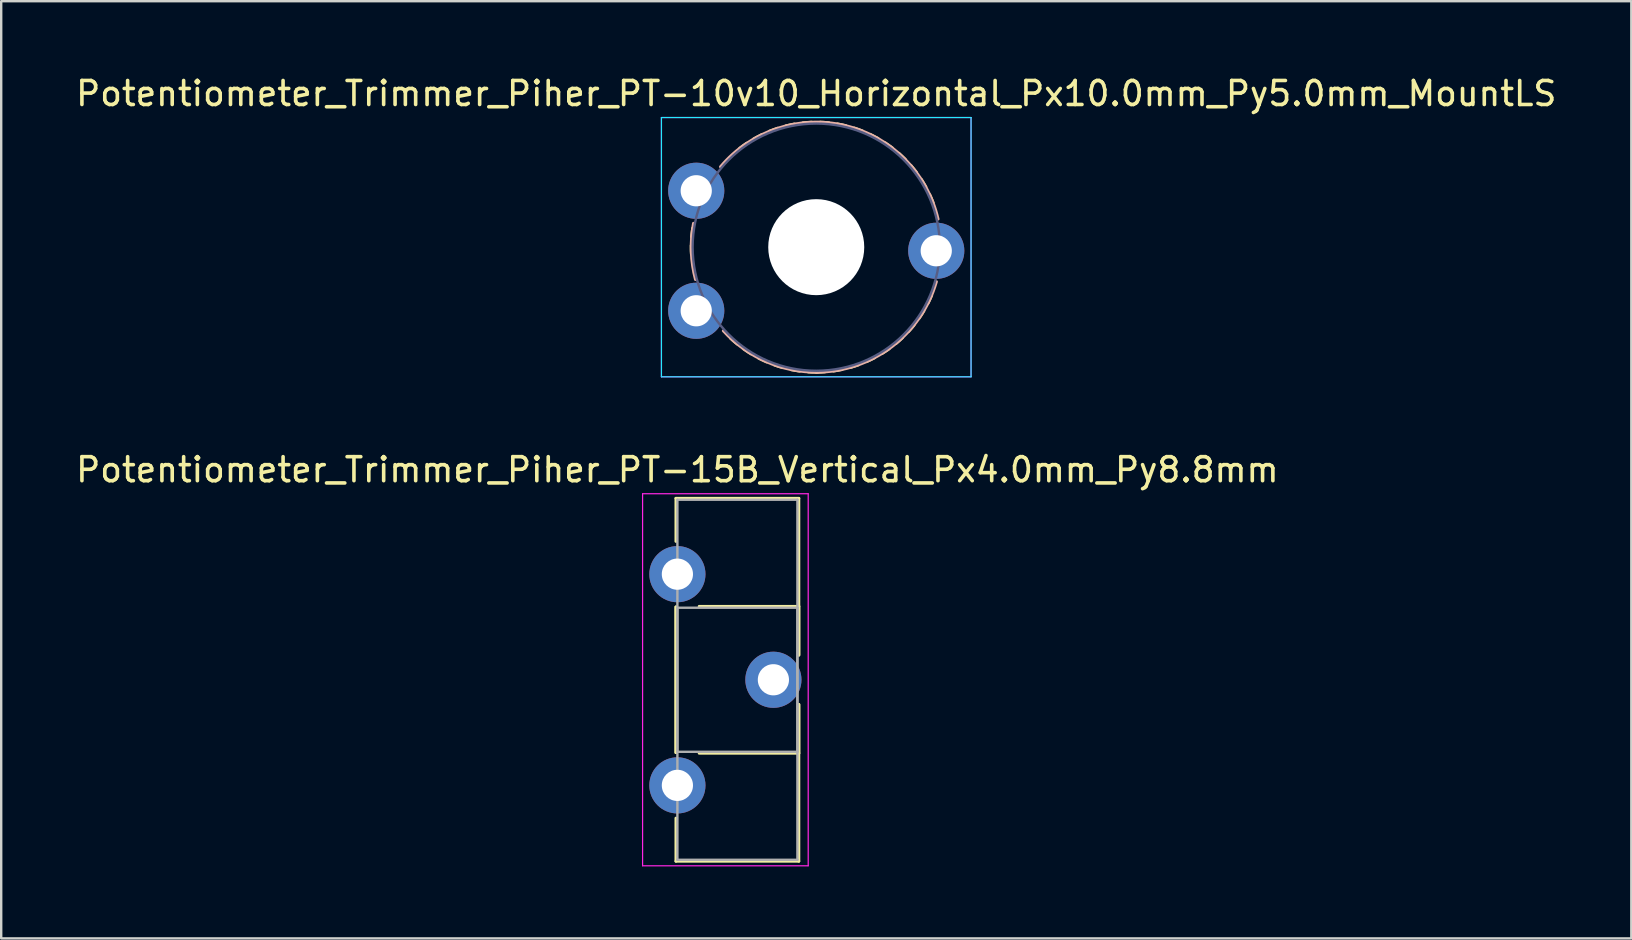
<source format=kicad_pcb>
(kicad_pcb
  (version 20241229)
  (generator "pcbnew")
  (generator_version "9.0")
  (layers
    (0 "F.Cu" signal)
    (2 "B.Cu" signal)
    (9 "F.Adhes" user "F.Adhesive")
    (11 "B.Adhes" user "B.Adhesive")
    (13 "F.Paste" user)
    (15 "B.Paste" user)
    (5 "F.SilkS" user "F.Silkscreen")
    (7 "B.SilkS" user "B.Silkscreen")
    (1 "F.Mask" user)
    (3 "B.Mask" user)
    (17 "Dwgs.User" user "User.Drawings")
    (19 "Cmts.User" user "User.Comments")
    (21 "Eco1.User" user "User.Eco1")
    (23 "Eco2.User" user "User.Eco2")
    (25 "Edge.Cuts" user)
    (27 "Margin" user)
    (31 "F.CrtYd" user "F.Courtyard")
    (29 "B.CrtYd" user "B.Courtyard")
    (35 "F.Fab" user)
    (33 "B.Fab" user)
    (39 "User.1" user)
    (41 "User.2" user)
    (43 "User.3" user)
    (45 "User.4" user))
  (footprint "Potentiometer_Trimmer_Piher_PT-10v10_Horizontal_Px10.0mm_Py5.0mm_MountLS"
    (layer "F.Cu")
    (at 25.958 9.898)
    (property "Reference" "Potentiometer_Trimmer_Piher_PT-10v10_Horizontal_Px10.0mm_Py5.0mm_MountLS" (at 5 -9.05 0) (layer "F.SilkS") (effects (font (size 1 1) (thickness 0.15))))
    (attr through_hole)
    (fp_arc (start -0.202261 -2.357396) (mid -0.209304 -2.53913) (end -0.21 -2.721) (stroke (width 0.12) (type solid)) (layer "F.SilkS"))
    (fp_arc (start -0.192423 -3.076835) (mid -0.174364 -3.257788) (end -0.15 -3.438) (stroke (width 0.12) (type solid)) (layer "F.SilkS"))
    (fp_arc (start 1.702355 1.383858) (mid 1.563584 1.266315) (end 1.429 1.144) (stroke (width 0.12) (type solid)) (layer "F.SilkS"))
    (fp_arc (start 1.807942 -6.768365) (mid 1.953615 -6.877257) (end 2.103 -6.981) (stroke (width 0.12) (type solid)) (layer "F.SilkS"))
    (fp_arc (start 2.28874 1.798965) (mid 2.135125 1.701633) (end 1.985 1.599) (stroke (width 0.12) (type solid)) (layer "F.SilkS"))
    (fp_arc (start 2.405519 -7.168024) (mid 2.564776 -7.255818) (end 2.727 -7.338) (stroke (width 0.12) (type solid)) (layer "F.SilkS"))
    (fp_arc (start 2.927403 2.130221) (mid 2.761838 2.054976) (end 2.599 1.974) (stroke (width 0.12) (type solid)) (layer "F.SilkS"))
    (fp_arc (start 3.053127 -7.482966) (mid 3.222981 -7.547967) (end 3.395 -7.607) (stroke (width 0.12) (type solid)) (layer "F.SilkS"))
    (fp_arc (start 3.605815 2.370483) (mid 3.431452 2.318768) (end 3.259 2.261) (stroke (width 0.12) (type solid)) (layer "F.SilkS"))
    (fp_arc (start 3.737289 -7.705232) (mid 3.914483 -7.74622) (end 4.093 -7.781) (stroke (width 0.12) (type solid)) (layer "F.SilkS"))
    (fp_arc (start 4.31059 2.514672) (mid 4.130765 2.487466) (end 3.952 2.454) (stroke (width 0.12) (type solid)) (layer "F.SilkS"))
    (fp_arc (start 4.445246 -7.830923) (mid 4.626395 -7.847128) (end 4.808 -7.857) (stroke (width 0.12) (type solid)) (layer "F.SilkS"))
    (fp_arc (start 5.02855 2.560701) (mid 4.846682 2.558523) (end 4.665 2.55) (stroke (width 0.12) (type solid)) (layer "F.SilkS"))
    (fp_arc (start 5.164099 -7.858134) (mid 5.34576 -7.849234) (end 5.527 -7.834) (stroke (width 0.12) (type solid)) (layer "F.SilkS"))
    (fp_arc (start 5.363431 2.547309) (mid 5.181826 2.556826) (end 5 2.56) (stroke (width 0.12) (type solid)) (layer "F.SilkS"))
    (fp_arc (start 5.879882 -7.785888) (mid 6.058586 -7.752052) (end 6.236 -7.712) (stroke (width 0.12) (type solid)) (layer "F.SilkS"))
    (fp_arc (start 6.076264 2.448343) (mid 5.897679 2.482798) (end 5.718 2.511) (stroke (width 0.12) (type solid)) (layer "F.SilkS"))
    (fp_arc (start 6.579488 -7.615275) (mid 6.751811 -7.557127) (end 6.922 -7.493) (stroke (width 0.12) (type solid)) (layer "F.SilkS"))
    (fp_arc (start 6.768225 2.251595) (mid 6.596085 2.310319) (end 6.422 2.363) (stroke (width 0.12) (type solid)) (layer "F.SilkS"))
    (fp_arc (start 7.248601 -7.350304) (mid 7.411269 -7.268966) (end 7.571 -7.182) (stroke (width 0.12) (type solid)) (layer "F.SilkS"))
    (fp_arc (start 7.426556 1.960964) (mid 7.264157 2.042841) (end 7.099 2.119) (stroke (width 0.12) (type solid)) (layer "F.SilkS"))
    (fp_arc (start 7.873835 -6.996055) (mid 8.023759 -6.893112) (end 8.17 -6.785) (stroke (width 0.12) (type solid)) (layer "F.SilkS"))
    (fp_arc (start 8.038705 1.583343) (mid 7.889112 1.686813) (end 7.736 1.785) (stroke (width 0.12) (type solid)) (layer "F.SilkS"))
    (fp_arc (start 8.445724 -6.558883) (mid 8.580043 -6.436248) (end 8.71 -6.309) (stroke (width 0.12) (type solid)) (layer "F.SilkS"))
    (fp_arc (start 8.592982 1.123558) (mid 8.459098 1.246652) (end 8.321 1.365) (stroke (width 0.12) (type solid)) (layer "F.SilkS"))
    (fp_arc (start 8.950671 -6.046859) (mid 9.066813 -5.906914) (end 9.178 -5.763) (stroke (width 0.12) (type solid)) (layer "F.SilkS"))
    (fp_arc (start 9.078184 0.593421) (mid 8.962506 0.733772) (end 8.842 0.87) (stroke (width 0.12) (type solid)) (layer "F.SilkS"))
    (fp_arc (start 9.380926 -5.470468) (mid 9.47669 -5.315858) (end 9.567 -5.158) (stroke (width 0.12) (type solid)) (layer "F.SilkS"))
    (fp_arc (start 9.48582 0.000542) (mid 9.390585 0.15548) (end 9.29 0.307) (stroke (width 0.12) (type solid)) (layer "F.SilkS"))
    (fp_arc (start 9.727811 -4.839128) (mid 9.80133 -4.672796) (end 9.869 -4.504) (stroke (width 0.12) (type solid)) (layer "F.SilkS"))
    (fp_arc (start 9.808746 -0.642551) (mid 9.735758 -0.475951) (end 9.657 -0.312) (stroke (width 0.12) (type solid)) (layer "F.SilkS"))
    (fp_arc (start -0.033072 -1.301133) (mid -0.207504 -2.467899) (end -0.115 -3.644) (stroke (width 0.12) (type solid)) (layer "B.SilkS"))
    (fp_arc (start 1.009383 -5.999947) (mid 6.217378 -7.716079) (end 10.077 -3.821) (stroke (width 0.12) (type solid)) (layer "B.SilkS"))
    (fp_arc (start 5.090657 2.559257) (mid 2.922251 2.127817) (end 1.128 0.836) (stroke (width 0.12) (type solid)) (layer "B.SilkS"))
    (fp_arc (start 10.008173 -1.213929) (mid 8.135456 1.510891) (end 5 2.56) (stroke (width 0.12) (type solid)) (layer "B.SilkS"))
    (fp_line (start -1.45 -8.05) (end -1.45 2.75) (stroke (width 0.05) (type solid)) (layer "B.CrtYd"))
    (fp_line (start -1.45 2.75) (end 11.45 2.75) (stroke (width 0.05) (type solid)) (layer "B.CrtYd"))
    (fp_line (start 11.45 -8.05) (end -1.45 -8.05) (stroke (width 0.05) (type solid)) (layer "B.CrtYd"))
    (fp_line (start 11.45 2.75) (end 11.45 -8.05) (stroke (width 0.05) (type solid)) (layer "B.CrtYd"))
    (fp_line (start -1.45 -8.05) (end -1.45 2.75) (stroke (width 0.05) (type solid)) (layer "F.CrtYd"))
    (fp_line (start -1.45 2.75) (end 11.45 2.75) (stroke (width 0.05) (type solid)) (layer "F.CrtYd"))
    (fp_line (start 11.45 -8.05) (end -1.45 -8.05) (stroke (width 0.05) (type solid)) (layer "F.CrtYd"))
    (fp_line (start 11.45 2.75) (end 11.45 -8.05) (stroke (width 0.05) (type solid)) (layer "F.CrtYd"))
    (fp_circle (center 5 -2.65) (end 6.5 -2.65) (stroke (width 0.1) (type solid)) (fill no) (layer "B.Fab"))
    (fp_circle (center 5 -2.65) (end 6.75 -2.65) (stroke (width 0.1) (type solid)) (fill no) (layer "B.Fab"))
    (fp_circle (center 5 -2.65) (end 10.15 -2.65) (stroke (width 0.1) (type solid)) (fill no) (layer "B.Fab"))
    (pad "" np_thru_hole circle (at 5 -2.65) (size 4 4) (drill 4) (layers "*.Cu" "*.Mask"))
    (pad "1" thru_hole circle (at 0 0) (size 2.34 2.34) (drill 1.3) (layers "*.Cu" "*.Mask"))
    (pad "2" thru_hole circle (at 10 -2.5) (size 2.34 2.34) (drill 1.3) (layers "*.Cu" "*.Mask"))
    (pad "3" thru_hole circle (at 0 -5) (size 2.34 2.34) (drill 1.3) (layers "*.Cu" "*.Mask")))
  (footprint "Potentiometer_Trimmer_Piher_PT-15B_Vertical_Px4.0mm_Py8.8mm"
    (layer "F.Cu")
    (at 25.173 20.872)
    (property "Reference" "Potentiometer_Trimmer_Piher_PT-15B_Vertical_Px4.0mm_Py8.8mm" (at 0 -4.35 0) (layer "F.SilkS") (effects (font (size 1 1) (thickness 0.15))))
    (attr through_hole)
    (fp_line (start -0.061 -3.16) (end -0.061 -1.365) (stroke (width 0.12) (type solid)) (layer "F.SilkS"))
    (fp_line (start -0.061 -3.16) (end 5.06 -3.16) (stroke (width 0.12) (type solid)) (layer "F.SilkS"))
    (fp_line (start -0.061 1.365) (end -0.061 7.435) (stroke (width 0.12) (type solid)) (layer "F.SilkS"))
    (fp_line (start -0.061 1.365) (end -0.061 7.435) (stroke (width 0.12) (type solid)) (layer "F.SilkS"))
    (fp_line (start -0.061 10.165) (end -0.061 11.96) (stroke (width 0.12) (type solid)) (layer "F.SilkS"))
    (fp_line (start -0.061 11.96) (end 5.06 11.96) (stroke (width 0.12) (type solid)) (layer "F.SilkS"))
    (fp_line (start 0.908 1.341) (end 5.06 1.341) (stroke (width 0.12) (type solid)) (layer "F.SilkS"))
    (fp_line (start 0.908 7.461) (end 5.06 7.461) (stroke (width 0.12) (type solid)) (layer "F.SilkS"))
    (fp_line (start 5.06 -3.16) (end 5.06 3.373) (stroke (width 0.12) (type solid)) (layer "F.SilkS"))
    (fp_line (start 5.06 1.341) (end 5.06 3.373) (stroke (width 0.12) (type solid)) (layer "F.SilkS"))
    (fp_line (start 5.06 5.428) (end 5.06 7.461) (stroke (width 0.12) (type solid)) (layer "F.SilkS"))
    (fp_line (start 5.06 5.428) (end 5.06 11.96) (stroke (width 0.12) (type solid)) (layer "F.SilkS"))
    (fp_line (start -1.45 -3.35) (end -1.45 12.15) (stroke (width 0.05) (type solid)) (layer "F.CrtYd"))
    (fp_line (start -1.45 12.15) (end 5.45 12.15) (stroke (width 0.05) (type solid)) (layer "F.CrtYd"))
    (fp_line (start 5.45 -3.35) (end -1.45 -3.35) (stroke (width 0.05) (type solid)) (layer "F.CrtYd"))
    (fp_line (start 5.45 12.15) (end 5.45 -3.35) (stroke (width 0.05) (type solid)) (layer "F.CrtYd"))
    (fp_line (start 0 -3.1) (end 5 -3.1) (stroke (width 0.1) (type solid)) (layer "F.Fab"))
    (fp_line (start 0 1.4) (end 0 7.4) (stroke (width 0.1) (type solid)) (layer "F.Fab"))
    (fp_line (start 0 7.4) (end 5 7.4) (stroke (width 0.1) (type solid)) (layer "F.Fab"))
    (fp_line (start 0 11.9) (end 0 -3.1) (stroke (width 0.1) (type solid)) (layer "F.Fab"))
    (fp_line (start 5 -3.1) (end 5 11.9) (stroke (width 0.1) (type solid)) (layer "F.Fab"))
    (fp_line (start 5 1.4) (end 0 1.4) (stroke (width 0.1) (type solid)) (layer "F.Fab"))
    (fp_line (start 5 7.4) (end 5 1.4) (stroke (width 0.1) (type solid)) (layer "F.Fab"))
    (fp_line (start 5 11.9) (end 0 11.9) (stroke (width 0.1) (type solid)) (layer "F.Fab"))
    (pad "1" thru_hole circle (at 0 0) (size 2.34 2.34) (drill 1.3) (layers "*.Cu" "*.Mask"))
    (pad "2" thru_hole circle (at 4 4.4) (size 2.34 2.34) (drill 1.3) (layers "*.Cu" "*.Mask"))
    (pad "3" thru_hole circle (at 0 8.8) (size 2.34 2.34) (drill 1.3) (layers "*.Cu" "*.Mask")))
  (gr_rect
    (start -3 -3)
    (end 64.917 36.047)
    (stroke (width 0.1) (type default))
    (fill no)
    (layer "Edge.Cuts")))
</source>
